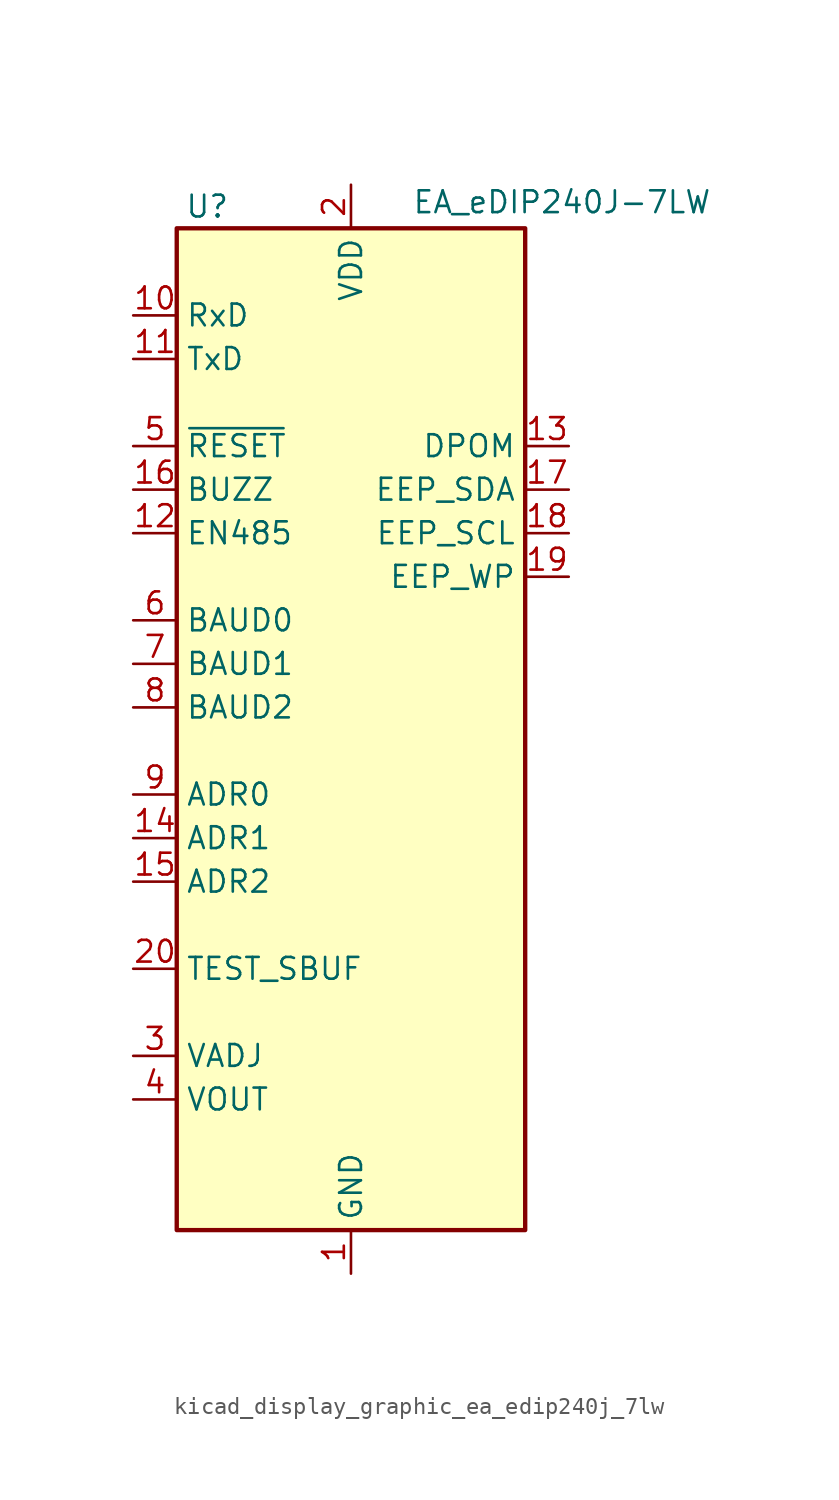
<source format=kicad_sym>
(kicad_symbol_lib
  (version 20220914)
  (generator kicad_symbol_editor)
  (symbol "kicad_display_graphic_ea_edip240j_7lw"
    (property "Reference" "U"
      (at -8.382 29.21 0)
      (effects (font (size 1.27 1.27))))
    (property "Value" "EA_eDIP240J-7LW"
      (at 3.556 29.464 0)
      (effects (font (size 1.27 1.27)) (justify left)))
    (symbol "kicad_display_graphic_ea_edip240j_7lw_0_1"
      (rectangle (start -10.16 27.94) (end 10.16 -30.48) (stroke (width 0.254) (type default)) (fill (type background))))
    (symbol "kicad_display_graphic_ea_edip240j_7lw_1_1"
      (pin power_in line (at 0 -33.02 90) (length 2.54) (name "GND" (effects (font (size 1.27 1.27)))) (number "1" (effects (font (size 1.27 1.27)))))
      (pin input line (at -12.7 22.86 0) (length 2.54) (name "RxD" (effects (font (size 1.27 1.27)))) (number "10" (effects (font (size 1.27 1.27)))))
      (pin output line (at -12.7 20.32 0) (length 2.54) (name "TxD" (effects (font (size 1.27 1.27)))) (number "11" (effects (font (size 1.27 1.27)))))
      (pin output line (at -12.7 10.16 0) (length 2.54) (name "EN485" (effects (font (size 1.27 1.27)))) (number "12" (effects (font (size 1.27 1.27)))))
      (pin input line (at 12.7 15.24 180) (length 2.54) (name "DPOM" (effects (font (size 1.27 1.27)))) (number "13" (effects (font (size 1.27 1.27)))))
      (pin input line (at -12.7 -7.62 0) (length 2.54) (name "ADR1" (effects (font (size 1.27 1.27)))) (number "14" (effects (font (size 1.27 1.27)))))
      (pin input line (at -12.7 -10.16 0) (length 2.54) (name "ADR2" (effects (font (size 1.27 1.27)))) (number "15" (effects (font (size 1.27 1.27)))))
      (pin output line (at -12.7 12.7 0) (length 2.54) (name "BUZZ" (effects (font (size 1.27 1.27)))) (number "16" (effects (font (size 1.27 1.27)))))
      (pin bidirectional line (at 12.7 12.7 180) (length 2.54) (name "EEP_SDA" (effects (font (size 1.27 1.27)))) (number "17" (effects (font (size 1.27 1.27)))))
      (pin output line (at 12.7 10.16 180) (length 2.54) (name "EEP_SCL" (effects (font (size 1.27 1.27)))) (number "18" (effects (font (size 1.27 1.27)))))
      (pin input line (at 12.7 7.62 180) (length 2.54) (name "EEP_WP" (effects (font (size 1.27 1.27)))) (number "19" (effects (font (size 1.27 1.27)))))
      (pin power_in line (at 0 30.48 270) (length 2.54) (name "VDD" (effects (font (size 1.27 1.27)))) (number "2" (effects (font (size 1.27 1.27)))))
      (pin open_collector line (at -12.7 -15.24 0) (length 2.54) (name "TEST_SBUF" (effects (font (size 1.27 1.27)))) (number "20" (effects (font (size 1.27 1.27)))))
      (pin no_connect line (at -10.16 -25.4 0) (length 2.54) hide (name "NC" (effects (font (size 1.27 1.27)))) (number "21" (effects (font (size 1.27 1.27)))))
      (pin no_connect line (at -10.16 -27.94 0) (length 2.54) hide (name "NC" (effects (font (size 1.27 1.27)))) (number "22" (effects (font (size 1.27 1.27)))))
      (pin no_connect line (at 10.16 25.4 180) (length 2.54) hide (name "NC" (effects (font (size 1.27 1.27)))) (number "23" (effects (font (size 1.27 1.27)))))
      (pin no_connect line (at 10.16 22.86 180) (length 2.54) hide (name "NC" (effects (font (size 1.27 1.27)))) (number "24" (effects (font (size 1.27 1.27)))))
      (pin no_connect line (at 10.16 20.32 180) (length 2.54) hide (name "NC" (effects (font (size 1.27 1.27)))) (number "25" (effects (font (size 1.27 1.27)))))
      (pin no_connect line (at 10.16 17.78 180) (length 2.54) hide (name "NC" (effects (font (size 1.27 1.27)))) (number "26" (effects (font (size 1.27 1.27)))))
      (pin no_connect line (at 10.16 5.08 180) (length 2.54) hide (name "NC" (effects (font (size 1.27 1.27)))) (number "27" (effects (font (size 1.27 1.27)))))
      (pin no_connect line (at 10.16 2.54 180) (length 2.54) hide (name "NC" (effects (font (size 1.27 1.27)))) (number "28" (effects (font (size 1.27 1.27)))))
      (pin no_connect line (at 10.16 0 180) (length 2.54) hide (name "NC" (effects (font (size 1.27 1.27)))) (number "29" (effects (font (size 1.27 1.27)))))
      (pin input line (at -12.7 -20.32 0) (length 2.54) (name "VADJ" (effects (font (size 1.27 1.27)))) (number "3" (effects (font (size 1.27 1.27)))))
      (pin no_connect line (at 10.16 -2.54 180) (length 2.54) hide (name "NC" (effects (font (size 1.27 1.27)))) (number "30" (effects (font (size 1.27 1.27)))))
      (pin no_connect line (at 10.16 -5.08 180) (length 2.54) hide (name "NC" (effects (font (size 1.27 1.27)))) (number "31" (effects (font (size 1.27 1.27)))))
      (pin no_connect line (at 10.16 -7.62 180) (length 2.54) hide (name "NC" (effects (font (size 1.27 1.27)))) (number "32" (effects (font (size 1.27 1.27)))))
      (pin no_connect line (at 10.16 -10.16 180) (length 2.54) hide (name "NC" (effects (font (size 1.27 1.27)))) (number "33" (effects (font (size 1.27 1.27)))))
      (pin no_connect line (at 10.16 -12.7 180) (length 2.54) hide (name "NC" (effects (font (size 1.27 1.27)))) (number "34" (effects (font (size 1.27 1.27)))))
      (pin no_connect line (at 10.16 -15.24 180) (length 2.54) hide (name "NC" (effects (font (size 1.27 1.27)))) (number "35" (effects (font (size 1.27 1.27)))))
      (pin no_connect line (at 10.16 -17.78 180) (length 2.54) hide (name "NC" (effects (font (size 1.27 1.27)))) (number "36" (effects (font (size 1.27 1.27)))))
      (pin no_connect line (at 10.16 -20.32 180) (length 2.54) hide (name "NC" (effects (font (size 1.27 1.27)))) (number "37" (effects (font (size 1.27 1.27)))))
      (pin no_connect line (at 10.16 -22.86 180) (length 2.54) hide (name "NC" (effects (font (size 1.27 1.27)))) (number "38" (effects (font (size 1.27 1.27)))))
      (pin no_connect line (at 10.16 -25.4 180) (length 2.54) hide (name "NC" (effects (font (size 1.27 1.27)))) (number "39" (effects (font (size 1.27 1.27)))))
      (pin output line (at -12.7 -22.86 0) (length 2.54) (name "VOUT" (effects (font (size 1.27 1.27)))) (number "4" (effects (font (size 1.27 1.27)))))
      (pin no_connect line (at 10.16 -27.94 180) (length 2.54) hide (name "NC" (effects (font (size 1.27 1.27)))) (number "40" (effects (font (size 1.27 1.27)))))
      (pin input line (at -12.7 15.24 0) (length 2.54) (name "~{RESET}" (effects (font (size 1.27 1.27)))) (number "5" (effects (font (size 1.27 1.27)))))
      (pin input line (at -12.7 5.08 0) (length 2.54) (name "BAUD0" (effects (font (size 1.27 1.27)))) (number "6" (effects (font (size 1.27 1.27)))))
      (pin input line (at -12.7 2.54 0) (length 2.54) (name "BAUD1" (effects (font (size 1.27 1.27)))) (number "7" (effects (font (size 1.27 1.27)))))
      (pin input line (at -12.7 0 0) (length 2.54) (name "BAUD2" (effects (font (size 1.27 1.27)))) (number "8" (effects (font (size 1.27 1.27)))))
      (pin input line (at -12.7 -5.08 0) (length 2.54) (name "ADR0" (effects (font (size 1.27 1.27)))) (number "9" (effects (font (size 1.27 1.27))))))))
</source>
